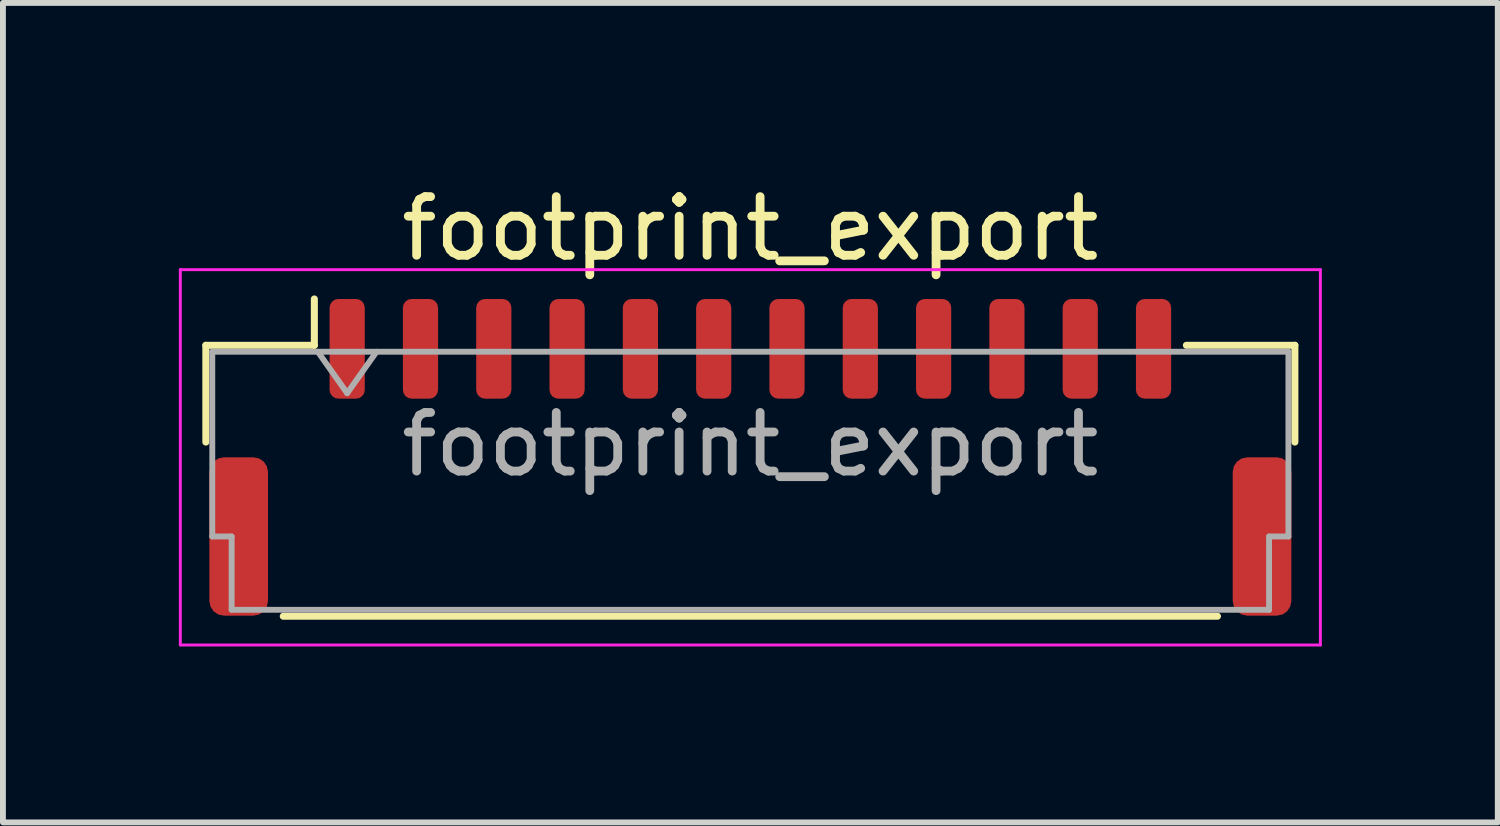
<source format=kicad_pcb>
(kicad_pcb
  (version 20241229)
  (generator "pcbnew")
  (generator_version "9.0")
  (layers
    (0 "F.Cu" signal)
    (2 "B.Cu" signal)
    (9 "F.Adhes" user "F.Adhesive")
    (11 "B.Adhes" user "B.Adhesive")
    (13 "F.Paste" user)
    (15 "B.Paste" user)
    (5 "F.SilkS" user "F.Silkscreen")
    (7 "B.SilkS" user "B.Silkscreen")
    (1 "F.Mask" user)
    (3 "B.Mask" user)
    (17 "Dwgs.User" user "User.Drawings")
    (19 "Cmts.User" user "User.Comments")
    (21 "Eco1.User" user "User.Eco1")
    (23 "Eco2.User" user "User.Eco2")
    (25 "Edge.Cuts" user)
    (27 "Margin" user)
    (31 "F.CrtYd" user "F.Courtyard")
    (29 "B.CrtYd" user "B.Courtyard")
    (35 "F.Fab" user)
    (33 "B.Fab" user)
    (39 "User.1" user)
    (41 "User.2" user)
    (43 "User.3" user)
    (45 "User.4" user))
  (footprint "footprint_export"
    (layer "F.Cu")
    (at 9.745 4.748)
    (property "Reference" "footprint_export" (at 0 -3.9 0) (layer "F.SilkS") (effects (font (size 1 1) (thickness 0.15))))
    (attr smd)
    (fp_line (start -9.285 -1.91) (end -7.435 -1.91) (stroke (width 0.12) (type solid)) (layer "F.SilkS"))
    (fp_line (start -9.285 -0.26) (end -9.285 -1.91) (stroke (width 0.12) (type solid)) (layer "F.SilkS"))
    (fp_line (start -7.965 2.71) (end 7.965 2.71) (stroke (width 0.12) (type solid)) (layer "F.SilkS"))
    (fp_line (start -7.435 -1.91) (end -7.435 -2.7) (stroke (width 0.12) (type solid)) (layer "F.SilkS"))
    (fp_line (start 9.285 -1.91) (end 7.435 -1.91) (stroke (width 0.12) (type solid)) (layer "F.SilkS"))
    (fp_line (start 9.285 -0.26) (end 9.285 -1.91) (stroke (width 0.12) (type solid)) (layer "F.SilkS"))
    (fp_line (start -9.72 -3.2) (end -9.72 3.2) (stroke (width 0.05) (type solid)) (layer "F.CrtYd"))
    (fp_line (start -9.72 3.2) (end 9.72 3.2) (stroke (width 0.05) (type solid)) (layer "F.CrtYd"))
    (fp_line (start 9.72 -3.2) (end -9.72 -3.2) (stroke (width 0.05) (type solid)) (layer "F.CrtYd"))
    (fp_line (start 9.72 3.2) (end 9.72 -3.2) (stroke (width 0.05) (type solid)) (layer "F.CrtYd"))
    (fp_line (start -9.175 -1.8) (end -9.175 1.35) (stroke (width 0.1) (type solid)) (layer "F.Fab"))
    (fp_line (start -9.175 -1.8) (end 9.175 -1.8) (stroke (width 0.1) (type solid)) (layer "F.Fab"))
    (fp_line (start -9.175 1.35) (end -8.845 1.35) (stroke (width 0.1) (type solid)) (layer "F.Fab"))
    (fp_line (start -8.845 1.35) (end -8.845 2.6) (stroke (width 0.1) (type solid)) (layer "F.Fab"))
    (fp_line (start -8.845 2.6) (end 8.845 2.6) (stroke (width 0.1) (type solid)) (layer "F.Fab"))
    (fp_line (start -7.375 -1.8) (end -6.875 -1.093) (stroke (width 0.1) (type solid)) (layer "F.Fab"))
    (fp_line (start -6.875 -1.093) (end -6.375 -1.8) (stroke (width 0.1) (type solid)) (layer "F.Fab"))
    (fp_line (start 8.845 1.35) (end 9.175 1.35) (stroke (width 0.1) (type solid)) (layer "F.Fab"))
    (fp_line (start 8.845 2.6) (end 8.845 1.35) (stroke (width 0.1) (type solid)) (layer "F.Fab"))
    (fp_line (start 9.175 -1.8) (end 9.175 1.35) (stroke (width 0.1) (type solid)) (layer "F.Fab"))
    (fp_text user "${REFERENCE}" (at 0 -0.22 0) (layer "F.Fab") (effects (font (size 1 1) (thickness 0.15))))
    (pad "1" smd roundrect (at -6.875 -1.85) (size 0.6 1.7) (layers "F.Cu" "F.Mask" "F.Paste") (roundrect_rratio 0.25))
    (pad "2" smd roundrect (at -5.625 -1.85) (size 0.6 1.7) (layers "F.Cu" "F.Mask" "F.Paste") (roundrect_rratio 0.25))
    (pad "3" smd roundrect (at -4.375 -1.85) (size 0.6 1.7) (layers "F.Cu" "F.Mask" "F.Paste") (roundrect_rratio 0.25))
    (pad "4" smd roundrect (at -3.125 -1.85) (size 0.6 1.7) (layers "F.Cu" "F.Mask" "F.Paste") (roundrect_rratio 0.25))
    (pad "5" smd roundrect (at -1.875 -1.85) (size 0.6 1.7) (layers "F.Cu" "F.Mask" "F.Paste") (roundrect_rratio 0.25))
    (pad "6" smd roundrect (at -0.625 -1.85) (size 0.6 1.7) (layers "F.Cu" "F.Mask" "F.Paste") (roundrect_rratio 0.25))
    (pad "7" smd roundrect (at 0.625 -1.85) (size 0.6 1.7) (layers "F.Cu" "F.Mask" "F.Paste") (roundrect_rratio 0.25))
    (pad "8" smd roundrect (at 1.875 -1.85) (size 0.6 1.7) (layers "F.Cu" "F.Mask" "F.Paste") (roundrect_rratio 0.25))
    (pad "9" smd roundrect (at 3.125 -1.85) (size 0.6 1.7) (layers "F.Cu" "F.Mask" "F.Paste") (roundrect_rratio 0.25))
    (pad "10" smd roundrect (at 4.375 -1.85) (size 0.6 1.7) (layers "F.Cu" "F.Mask" "F.Paste") (roundrect_rratio 0.25))
    (pad "11" smd roundrect (at 5.625 -1.85) (size 0.6 1.7) (layers "F.Cu" "F.Mask" "F.Paste") (roundrect_rratio 0.25))
    (pad "12" smd roundrect (at 6.875 -1.85) (size 0.6 1.7) (layers "F.Cu" "F.Mask" "F.Paste") (roundrect_rratio 0.25))
    (pad "MP" smd roundrect (at -8.725 1.35) (size 1 2.7) (layers "F.Cu" "F.Mask" "F.Paste") (roundrect_rratio 0.25))
    (pad "MP" smd roundrect (at 8.725 1.35) (size 1 2.7) (layers "F.Cu" "F.Mask" "F.Paste") (roundrect_rratio 0.25)))
  (gr_rect
    (start -3 -3)
    (end 22.49 10.973)
    (stroke (width 0.1) (type default))
    (fill no)
    (layer "Edge.Cuts")))
</source>
